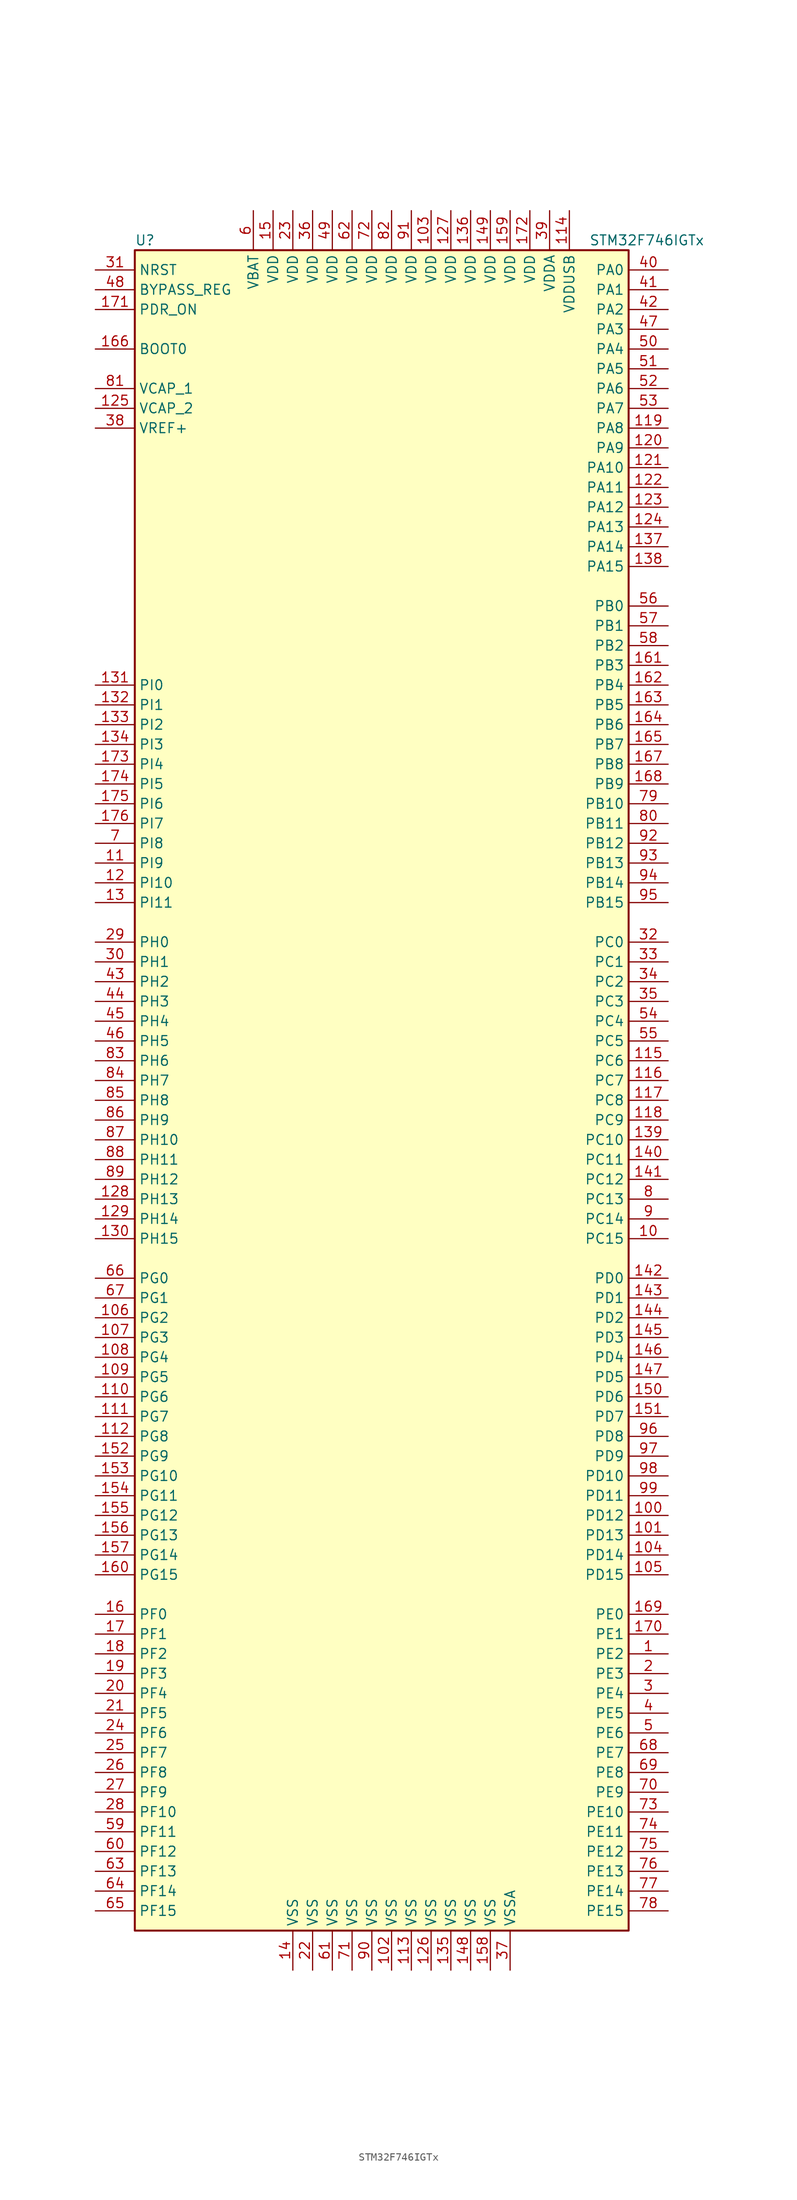
<source format=kicad_sym>
(kicad_symbol_lib
  (version 20211014)
  (generator kicad_symbol_editor)
  (symbol "STM32F746IGTx"
    (property "Reference" "U"
      (at -33.02 107.95 0)
      (effects (font (size 1.27 1.27)) (justify left)))
    (property "Value" "STM32F746IGTx"
      (at 25.4 107.95 0)
      (effects (font (size 1.27 1.27)) (justify left)))
    (symbol "STM32F746IGTx_0_1"
      (rectangle (start -33.02 -109.22) (end 30.48 106.68) (stroke (width 0.254) (type default) (color 0 0 0 0)) (fill (type background))))
    (symbol "STM32F746IGTx_1_1"
      (pin bidirectional line (at 35.56 -73.66 180) (length 5.08) (name "PE2" (effects (font (size 1.27 1.27)))) (number "1" (effects (font (size 1.27 1.27)))))
      (pin bidirectional line (at 35.56 -20.32 180) (length 5.08) (name "PC15" (effects (font (size 1.27 1.27)))) (number "10" (effects (font (size 1.27 1.27)))))
      (pin bidirectional line (at 35.56 -55.88 180) (length 5.08) (name "PD12" (effects (font (size 1.27 1.27)))) (number "100" (effects (font (size 1.27 1.27)))))
      (pin bidirectional line (at 35.56 -58.42 180) (length 5.08) (name "PD13" (effects (font (size 1.27 1.27)))) (number "101" (effects (font (size 1.27 1.27)))))
      (pin power_in line (at 0 -114.3 90) (length 5.08) (name "VSS" (effects (font (size 1.27 1.27)))) (number "102" (effects (font (size 1.27 1.27)))))
      (pin power_in line (at 5.08 111.76 270) (length 5.08) (name "VDD" (effects (font (size 1.27 1.27)))) (number "103" (effects (font (size 1.27 1.27)))))
      (pin bidirectional line (at 35.56 -60.96 180) (length 5.08) (name "PD14" (effects (font (size 1.27 1.27)))) (number "104" (effects (font (size 1.27 1.27)))))
      (pin bidirectional line (at 35.56 -63.5 180) (length 5.08) (name "PD15" (effects (font (size 1.27 1.27)))) (number "105" (effects (font (size 1.27 1.27)))))
      (pin bidirectional line (at -38.1 -30.48 0) (length 5.08) (name "PG2" (effects (font (size 1.27 1.27)))) (number "106" (effects (font (size 1.27 1.27)))))
      (pin bidirectional line (at -38.1 -33.02 0) (length 5.08) (name "PG3" (effects (font (size 1.27 1.27)))) (number "107" (effects (font (size 1.27 1.27)))))
      (pin bidirectional line (at -38.1 -35.56 0) (length 5.08) (name "PG4" (effects (font (size 1.27 1.27)))) (number "108" (effects (font (size 1.27 1.27)))))
      (pin bidirectional line (at -38.1 -38.1 0) (length 5.08) (name "PG5" (effects (font (size 1.27 1.27)))) (number "109" (effects (font (size 1.27 1.27)))))
      (pin bidirectional line (at -38.1 27.94 0) (length 5.08) (name "PI9" (effects (font (size 1.27 1.27)))) (number "11" (effects (font (size 1.27 1.27)))))
      (pin bidirectional line (at -38.1 -40.64 0) (length 5.08) (name "PG6" (effects (font (size 1.27 1.27)))) (number "110" (effects (font (size 1.27 1.27)))))
      (pin bidirectional line (at -38.1 -43.18 0) (length 5.08) (name "PG7" (effects (font (size 1.27 1.27)))) (number "111" (effects (font (size 1.27 1.27)))))
      (pin bidirectional line (at -38.1 -45.72 0) (length 5.08) (name "PG8" (effects (font (size 1.27 1.27)))) (number "112" (effects (font (size 1.27 1.27)))))
      (pin power_in line (at 2.54 -114.3 90) (length 5.08) (name "VSS" (effects (font (size 1.27 1.27)))) (number "113" (effects (font (size 1.27 1.27)))))
      (pin power_in line (at 22.86 111.76 270) (length 5.08) (name "VDDUSB" (effects (font (size 1.27 1.27)))) (number "114" (effects (font (size 1.27 1.27)))))
      (pin bidirectional line (at 35.56 2.54 180) (length 5.08) (name "PC6" (effects (font (size 1.27 1.27)))) (number "115" (effects (font (size 1.27 1.27)))))
      (pin bidirectional line (at 35.56 0 180) (length 5.08) (name "PC7" (effects (font (size 1.27 1.27)))) (number "116" (effects (font (size 1.27 1.27)))))
      (pin bidirectional line (at 35.56 -2.54 180) (length 5.08) (name "PC8" (effects (font (size 1.27 1.27)))) (number "117" (effects (font (size 1.27 1.27)))))
      (pin bidirectional line (at 35.56 -5.08 180) (length 5.08) (name "PC9" (effects (font (size 1.27 1.27)))) (number "118" (effects (font (size 1.27 1.27)))))
      (pin bidirectional line (at 35.56 83.82 180) (length 5.08) (name "PA8" (effects (font (size 1.27 1.27)))) (number "119" (effects (font (size 1.27 1.27)))))
      (pin bidirectional line (at -38.1 25.4 0) (length 5.08) (name "PI10" (effects (font (size 1.27 1.27)))) (number "12" (effects (font (size 1.27 1.27)))))
      (pin bidirectional line (at 35.56 81.28 180) (length 5.08) (name "PA9" (effects (font (size 1.27 1.27)))) (number "120" (effects (font (size 1.27 1.27)))))
      (pin bidirectional line (at 35.56 78.74 180) (length 5.08) (name "PA10" (effects (font (size 1.27 1.27)))) (number "121" (effects (font (size 1.27 1.27)))))
      (pin bidirectional line (at 35.56 76.2 180) (length 5.08) (name "PA11" (effects (font (size 1.27 1.27)))) (number "122" (effects (font (size 1.27 1.27)))))
      (pin bidirectional line (at 35.56 73.66 180) (length 5.08) (name "PA12" (effects (font (size 1.27 1.27)))) (number "123" (effects (font (size 1.27 1.27)))))
      (pin bidirectional line (at 35.56 71.12 180) (length 5.08) (name "PA13" (effects (font (size 1.27 1.27)))) (number "124" (effects (font (size 1.27 1.27)))))
      (pin power_in line (at -38.1 86.36 0) (length 5.08) (name "VCAP_2" (effects (font (size 1.27 1.27)))) (number "125" (effects (font (size 1.27 1.27)))))
      (pin power_in line (at 5.08 -114.3 90) (length 5.08) (name "VSS" (effects (font (size 1.27 1.27)))) (number "126" (effects (font (size 1.27 1.27)))))
      (pin power_in line (at 7.62 111.76 270) (length 5.08) (name "VDD" (effects (font (size 1.27 1.27)))) (number "127" (effects (font (size 1.27 1.27)))))
      (pin bidirectional line (at -38.1 -15.24 0) (length 5.08) (name "PH13" (effects (font (size 1.27 1.27)))) (number "128" (effects (font (size 1.27 1.27)))))
      (pin bidirectional line (at -38.1 -17.78 0) (length 5.08) (name "PH14" (effects (font (size 1.27 1.27)))) (number "129" (effects (font (size 1.27 1.27)))))
      (pin bidirectional line (at -38.1 22.86 0) (length 5.08) (name "PI11" (effects (font (size 1.27 1.27)))) (number "13" (effects (font (size 1.27 1.27)))))
      (pin bidirectional line (at -38.1 -20.32 0) (length 5.08) (name "PH15" (effects (font (size 1.27 1.27)))) (number "130" (effects (font (size 1.27 1.27)))))
      (pin bidirectional line (at -38.1 50.8 0) (length 5.08) (name "PI0" (effects (font (size 1.27 1.27)))) (number "131" (effects (font (size 1.27 1.27)))))
      (pin bidirectional line (at -38.1 48.26 0) (length 5.08) (name "PI1" (effects (font (size 1.27 1.27)))) (number "132" (effects (font (size 1.27 1.27)))))
      (pin bidirectional line (at -38.1 45.72 0) (length 5.08) (name "PI2" (effects (font (size 1.27 1.27)))) (number "133" (effects (font (size 1.27 1.27)))))
      (pin bidirectional line (at -38.1 43.18 0) (length 5.08) (name "PI3" (effects (font (size 1.27 1.27)))) (number "134" (effects (font (size 1.27 1.27)))))
      (pin power_in line (at 7.62 -114.3 90) (length 5.08) (name "VSS" (effects (font (size 1.27 1.27)))) (number "135" (effects (font (size 1.27 1.27)))))
      (pin power_in line (at 10.16 111.76 270) (length 5.08) (name "VDD" (effects (font (size 1.27 1.27)))) (number "136" (effects (font (size 1.27 1.27)))))
      (pin bidirectional line (at 35.56 68.58 180) (length 5.08) (name "PA14" (effects (font (size 1.27 1.27)))) (number "137" (effects (font (size 1.27 1.27)))))
      (pin bidirectional line (at 35.56 66.04 180) (length 5.08) (name "PA15" (effects (font (size 1.27 1.27)))) (number "138" (effects (font (size 1.27 1.27)))))
      (pin bidirectional line (at 35.56 -7.62 180) (length 5.08) (name "PC10" (effects (font (size 1.27 1.27)))) (number "139" (effects (font (size 1.27 1.27)))))
      (pin power_in line (at -12.7 -114.3 90) (length 5.08) (name "VSS" (effects (font (size 1.27 1.27)))) (number "14" (effects (font (size 1.27 1.27)))))
      (pin bidirectional line (at 35.56 -10.16 180) (length 5.08) (name "PC11" (effects (font (size 1.27 1.27)))) (number "140" (effects (font (size 1.27 1.27)))))
      (pin bidirectional line (at 35.56 -12.7 180) (length 5.08) (name "PC12" (effects (font (size 1.27 1.27)))) (number "141" (effects (font (size 1.27 1.27)))))
      (pin bidirectional line (at 35.56 -25.4 180) (length 5.08) (name "PD0" (effects (font (size 1.27 1.27)))) (number "142" (effects (font (size 1.27 1.27)))))
      (pin bidirectional line (at 35.56 -27.94 180) (length 5.08) (name "PD1" (effects (font (size 1.27 1.27)))) (number "143" (effects (font (size 1.27 1.27)))))
      (pin bidirectional line (at 35.56 -30.48 180) (length 5.08) (name "PD2" (effects (font (size 1.27 1.27)))) (number "144" (effects (font (size 1.27 1.27)))))
      (pin bidirectional line (at 35.56 -33.02 180) (length 5.08) (name "PD3" (effects (font (size 1.27 1.27)))) (number "145" (effects (font (size 1.27 1.27)))))
      (pin bidirectional line (at 35.56 -35.56 180) (length 5.08) (name "PD4" (effects (font (size 1.27 1.27)))) (number "146" (effects (font (size 1.27 1.27)))))
      (pin bidirectional line (at 35.56 -38.1 180) (length 5.08) (name "PD5" (effects (font (size 1.27 1.27)))) (number "147" (effects (font (size 1.27 1.27)))))
      (pin power_in line (at 10.16 -114.3 90) (length 5.08) (name "VSS" (effects (font (size 1.27 1.27)))) (number "148" (effects (font (size 1.27 1.27)))))
      (pin power_in line (at 12.7 111.76 270) (length 5.08) (name "VDD" (effects (font (size 1.27 1.27)))) (number "149" (effects (font (size 1.27 1.27)))))
      (pin power_in line (at -15.24 111.76 270) (length 5.08) (name "VDD" (effects (font (size 1.27 1.27)))) (number "15" (effects (font (size 1.27 1.27)))))
      (pin bidirectional line (at 35.56 -40.64 180) (length 5.08) (name "PD6" (effects (font (size 1.27 1.27)))) (number "150" (effects (font (size 1.27 1.27)))))
      (pin bidirectional line (at 35.56 -43.18 180) (length 5.08) (name "PD7" (effects (font (size 1.27 1.27)))) (number "151" (effects (font (size 1.27 1.27)))))
      (pin bidirectional line (at -38.1 -48.26 0) (length 5.08) (name "PG9" (effects (font (size 1.27 1.27)))) (number "152" (effects (font (size 1.27 1.27)))))
      (pin bidirectional line (at -38.1 -50.8 0) (length 5.08) (name "PG10" (effects (font (size 1.27 1.27)))) (number "153" (effects (font (size 1.27 1.27)))))
      (pin bidirectional line (at -38.1 -53.34 0) (length 5.08) (name "PG11" (effects (font (size 1.27 1.27)))) (number "154" (effects (font (size 1.27 1.27)))))
      (pin bidirectional line (at -38.1 -55.88 0) (length 5.08) (name "PG12" (effects (font (size 1.27 1.27)))) (number "155" (effects (font (size 1.27 1.27)))))
      (pin bidirectional line (at -38.1 -58.42 0) (length 5.08) (name "PG13" (effects (font (size 1.27 1.27)))) (number "156" (effects (font (size 1.27 1.27)))))
      (pin bidirectional line (at -38.1 -60.96 0) (length 5.08) (name "PG14" (effects (font (size 1.27 1.27)))) (number "157" (effects (font (size 1.27 1.27)))))
      (pin power_in line (at 12.7 -114.3 90) (length 5.08) (name "VSS" (effects (font (size 1.27 1.27)))) (number "158" (effects (font (size 1.27 1.27)))))
      (pin power_in line (at 15.24 111.76 270) (length 5.08) (name "VDD" (effects (font (size 1.27 1.27)))) (number "159" (effects (font (size 1.27 1.27)))))
      (pin bidirectional line (at -38.1 -68.58 0) (length 5.08) (name "PF0" (effects (font (size 1.27 1.27)))) (number "16" (effects (font (size 1.27 1.27)))))
      (pin bidirectional line (at -38.1 -63.5 0) (length 5.08) (name "PG15" (effects (font (size 1.27 1.27)))) (number "160" (effects (font (size 1.27 1.27)))))
      (pin bidirectional line (at 35.56 53.34 180) (length 5.08) (name "PB3" (effects (font (size 1.27 1.27)))) (number "161" (effects (font (size 1.27 1.27)))))
      (pin bidirectional line (at 35.56 50.8 180) (length 5.08) (name "PB4" (effects (font (size 1.27 1.27)))) (number "162" (effects (font (size 1.27 1.27)))))
      (pin bidirectional line (at 35.56 48.26 180) (length 5.08) (name "PB5" (effects (font (size 1.27 1.27)))) (number "163" (effects (font (size 1.27 1.27)))))
      (pin bidirectional line (at 35.56 45.72 180) (length 5.08) (name "PB6" (effects (font (size 1.27 1.27)))) (number "164" (effects (font (size 1.27 1.27)))))
      (pin bidirectional line (at 35.56 43.18 180) (length 5.08) (name "PB7" (effects (font (size 1.27 1.27)))) (number "165" (effects (font (size 1.27 1.27)))))
      (pin input line (at -38.1 93.98 0) (length 5.08) (name "BOOT0" (effects (font (size 1.27 1.27)))) (number "166" (effects (font (size 1.27 1.27)))))
      (pin bidirectional line (at 35.56 40.64 180) (length 5.08) (name "PB8" (effects (font (size 1.27 1.27)))) (number "167" (effects (font (size 1.27 1.27)))))
      (pin bidirectional line (at 35.56 38.1 180) (length 5.08) (name "PB9" (effects (font (size 1.27 1.27)))) (number "168" (effects (font (size 1.27 1.27)))))
      (pin bidirectional line (at 35.56 -68.58 180) (length 5.08) (name "PE0" (effects (font (size 1.27 1.27)))) (number "169" (effects (font (size 1.27 1.27)))))
      (pin bidirectional line (at -38.1 -71.12 0) (length 5.08) (name "PF1" (effects (font (size 1.27 1.27)))) (number "17" (effects (font (size 1.27 1.27)))))
      (pin bidirectional line (at 35.56 -71.12 180) (length 5.08) (name "PE1" (effects (font (size 1.27 1.27)))) (number "170" (effects (font (size 1.27 1.27)))))
      (pin input line (at -38.1 99.06 0) (length 5.08) (name "PDR_ON" (effects (font (size 1.27 1.27)))) (number "171" (effects (font (size 1.27 1.27)))))
      (pin power_in line (at 17.78 111.76 270) (length 5.08) (name "VDD" (effects (font (size 1.27 1.27)))) (number "172" (effects (font (size 1.27 1.27)))))
      (pin bidirectional line (at -38.1 40.64 0) (length 5.08) (name "PI4" (effects (font (size 1.27 1.27)))) (number "173" (effects (font (size 1.27 1.27)))))
      (pin bidirectional line (at -38.1 38.1 0) (length 5.08) (name "PI5" (effects (font (size 1.27 1.27)))) (number "174" (effects (font (size 1.27 1.27)))))
      (pin bidirectional line (at -38.1 35.56 0) (length 5.08) (name "PI6" (effects (font (size 1.27 1.27)))) (number "175" (effects (font (size 1.27 1.27)))))
      (pin bidirectional line (at -38.1 33.02 0) (length 5.08) (name "PI7" (effects (font (size 1.27 1.27)))) (number "176" (effects (font (size 1.27 1.27)))))
      (pin bidirectional line (at -38.1 -73.66 0) (length 5.08) (name "PF2" (effects (font (size 1.27 1.27)))) (number "18" (effects (font (size 1.27 1.27)))))
      (pin bidirectional line (at -38.1 -76.2 0) (length 5.08) (name "PF3" (effects (font (size 1.27 1.27)))) (number "19" (effects (font (size 1.27 1.27)))))
      (pin bidirectional line (at 35.56 -76.2 180) (length 5.08) (name "PE3" (effects (font (size 1.27 1.27)))) (number "2" (effects (font (size 1.27 1.27)))))
      (pin bidirectional line (at -38.1 -78.74 0) (length 5.08) (name "PF4" (effects (font (size 1.27 1.27)))) (number "20" (effects (font (size 1.27 1.27)))))
      (pin bidirectional line (at -38.1 -81.28 0) (length 5.08) (name "PF5" (effects (font (size 1.27 1.27)))) (number "21" (effects (font (size 1.27 1.27)))))
      (pin power_in line (at -10.16 -114.3 90) (length 5.08) (name "VSS" (effects (font (size 1.27 1.27)))) (number "22" (effects (font (size 1.27 1.27)))))
      (pin power_in line (at -12.7 111.76 270) (length 5.08) (name "VDD" (effects (font (size 1.27 1.27)))) (number "23" (effects (font (size 1.27 1.27)))))
      (pin bidirectional line (at -38.1 -83.82 0) (length 5.08) (name "PF6" (effects (font (size 1.27 1.27)))) (number "24" (effects (font (size 1.27 1.27)))))
      (pin bidirectional line (at -38.1 -86.36 0) (length 5.08) (name "PF7" (effects (font (size 1.27 1.27)))) (number "25" (effects (font (size 1.27 1.27)))))
      (pin bidirectional line (at -38.1 -88.9 0) (length 5.08) (name "PF8" (effects (font (size 1.27 1.27)))) (number "26" (effects (font (size 1.27 1.27)))))
      (pin bidirectional line (at -38.1 -91.44 0) (length 5.08) (name "PF9" (effects (font (size 1.27 1.27)))) (number "27" (effects (font (size 1.27 1.27)))))
      (pin bidirectional line (at -38.1 -93.98 0) (length 5.08) (name "PF10" (effects (font (size 1.27 1.27)))) (number "28" (effects (font (size 1.27 1.27)))))
      (pin input line (at -38.1 17.78 0) (length 5.08) (name "PH0" (effects (font (size 1.27 1.27)))) (number "29" (effects (font (size 1.27 1.27)))))
      (pin bidirectional line (at 35.56 -78.74 180) (length 5.08) (name "PE4" (effects (font (size 1.27 1.27)))) (number "3" (effects (font (size 1.27 1.27)))))
      (pin input line (at -38.1 15.24 0) (length 5.08) (name "PH1" (effects (font (size 1.27 1.27)))) (number "30" (effects (font (size 1.27 1.27)))))
      (pin input line (at -38.1 104.14 0) (length 5.08) (name "NRST" (effects (font (size 1.27 1.27)))) (number "31" (effects (font (size 1.27 1.27)))))
      (pin bidirectional line (at 35.56 17.78 180) (length 5.08) (name "PC0" (effects (font (size 1.27 1.27)))) (number "32" (effects (font (size 1.27 1.27)))))
      (pin bidirectional line (at 35.56 15.24 180) (length 5.08) (name "PC1" (effects (font (size 1.27 1.27)))) (number "33" (effects (font (size 1.27 1.27)))))
      (pin bidirectional line (at 35.56 12.7 180) (length 5.08) (name "PC2" (effects (font (size 1.27 1.27)))) (number "34" (effects (font (size 1.27 1.27)))))
      (pin bidirectional line (at 35.56 10.16 180) (length 5.08) (name "PC3" (effects (font (size 1.27 1.27)))) (number "35" (effects (font (size 1.27 1.27)))))
      (pin power_in line (at -10.16 111.76 270) (length 5.08) (name "VDD" (effects (font (size 1.27 1.27)))) (number "36" (effects (font (size 1.27 1.27)))))
      (pin power_in line (at 15.24 -114.3 90) (length 5.08) (name "VSSA" (effects (font (size 1.27 1.27)))) (number "37" (effects (font (size 1.27 1.27)))))
      (pin power_in line (at -38.1 83.82 0) (length 5.08) (name "VREF+" (effects (font (size 1.27 1.27)))) (number "38" (effects (font (size 1.27 1.27)))))
      (pin power_in line (at 20.32 111.76 270) (length 5.08) (name "VDDA" (effects (font (size 1.27 1.27)))) (number "39" (effects (font (size 1.27 1.27)))))
      (pin bidirectional line (at 35.56 -81.28 180) (length 5.08) (name "PE5" (effects (font (size 1.27 1.27)))) (number "4" (effects (font (size 1.27 1.27)))))
      (pin bidirectional line (at 35.56 104.14 180) (length 5.08) (name "PA0" (effects (font (size 1.27 1.27)))) (number "40" (effects (font (size 1.27 1.27)))))
      (pin bidirectional line (at 35.56 101.6 180) (length 5.08) (name "PA1" (effects (font (size 1.27 1.27)))) (number "41" (effects (font (size 1.27 1.27)))))
      (pin bidirectional line (at 35.56 99.06 180) (length 5.08) (name "PA2" (effects (font (size 1.27 1.27)))) (number "42" (effects (font (size 1.27 1.27)))))
      (pin bidirectional line (at -38.1 12.7 0) (length 5.08) (name "PH2" (effects (font (size 1.27 1.27)))) (number "43" (effects (font (size 1.27 1.27)))))
      (pin bidirectional line (at -38.1 10.16 0) (length 5.08) (name "PH3" (effects (font (size 1.27 1.27)))) (number "44" (effects (font (size 1.27 1.27)))))
      (pin bidirectional line (at -38.1 7.62 0) (length 5.08) (name "PH4" (effects (font (size 1.27 1.27)))) (number "45" (effects (font (size 1.27 1.27)))))
      (pin bidirectional line (at -38.1 5.08 0) (length 5.08) (name "PH5" (effects (font (size 1.27 1.27)))) (number "46" (effects (font (size 1.27 1.27)))))
      (pin bidirectional line (at 35.56 96.52 180) (length 5.08) (name "PA3" (effects (font (size 1.27 1.27)))) (number "47" (effects (font (size 1.27 1.27)))))
      (pin input line (at -38.1 101.6 0) (length 5.08) (name "BYPASS_REG" (effects (font (size 1.27 1.27)))) (number "48" (effects (font (size 1.27 1.27)))))
      (pin power_in line (at -7.62 111.76 270) (length 5.08) (name "VDD" (effects (font (size 1.27 1.27)))) (number "49" (effects (font (size 1.27 1.27)))))
      (pin bidirectional line (at 35.56 -83.82 180) (length 5.08) (name "PE6" (effects (font (size 1.27 1.27)))) (number "5" (effects (font (size 1.27 1.27)))))
      (pin bidirectional line (at 35.56 93.98 180) (length 5.08) (name "PA4" (effects (font (size 1.27 1.27)))) (number "50" (effects (font (size 1.27 1.27)))))
      (pin bidirectional line (at 35.56 91.44 180) (length 5.08) (name "PA5" (effects (font (size 1.27 1.27)))) (number "51" (effects (font (size 1.27 1.27)))))
      (pin bidirectional line (at 35.56 88.9 180) (length 5.08) (name "PA6" (effects (font (size 1.27 1.27)))) (number "52" (effects (font (size 1.27 1.27)))))
      (pin bidirectional line (at 35.56 86.36 180) (length 5.08) (name "PA7" (effects (font (size 1.27 1.27)))) (number "53" (effects (font (size 1.27 1.27)))))
      (pin bidirectional line (at 35.56 7.62 180) (length 5.08) (name "PC4" (effects (font (size 1.27 1.27)))) (number "54" (effects (font (size 1.27 1.27)))))
      (pin bidirectional line (at 35.56 5.08 180) (length 5.08) (name "PC5" (effects (font (size 1.27 1.27)))) (number "55" (effects (font (size 1.27 1.27)))))
      (pin bidirectional line (at 35.56 60.96 180) (length 5.08) (name "PB0" (effects (font (size 1.27 1.27)))) (number "56" (effects (font (size 1.27 1.27)))))
      (pin bidirectional line (at 35.56 58.42 180) (length 5.08) (name "PB1" (effects (font (size 1.27 1.27)))) (number "57" (effects (font (size 1.27 1.27)))))
      (pin bidirectional line (at 35.56 55.88 180) (length 5.08) (name "PB2" (effects (font (size 1.27 1.27)))) (number "58" (effects (font (size 1.27 1.27)))))
      (pin bidirectional line (at -38.1 -96.52 0) (length 5.08) (name "PF11" (effects (font (size 1.27 1.27)))) (number "59" (effects (font (size 1.27 1.27)))))
      (pin power_in line (at -17.78 111.76 270) (length 5.08) (name "VBAT" (effects (font (size 1.27 1.27)))) (number "6" (effects (font (size 1.27 1.27)))))
      (pin bidirectional line (at -38.1 -99.06 0) (length 5.08) (name "PF12" (effects (font (size 1.27 1.27)))) (number "60" (effects (font (size 1.27 1.27)))))
      (pin power_in line (at -7.62 -114.3 90) (length 5.08) (name "VSS" (effects (font (size 1.27 1.27)))) (number "61" (effects (font (size 1.27 1.27)))))
      (pin power_in line (at -5.08 111.76 270) (length 5.08) (name "VDD" (effects (font (size 1.27 1.27)))) (number "62" (effects (font (size 1.27 1.27)))))
      (pin bidirectional line (at -38.1 -101.6 0) (length 5.08) (name "PF13" (effects (font (size 1.27 1.27)))) (number "63" (effects (font (size 1.27 1.27)))))
      (pin bidirectional line (at -38.1 -104.14 0) (length 5.08) (name "PF14" (effects (font (size 1.27 1.27)))) (number "64" (effects (font (size 1.27 1.27)))))
      (pin bidirectional line (at -38.1 -106.68 0) (length 5.08) (name "PF15" (effects (font (size 1.27 1.27)))) (number "65" (effects (font (size 1.27 1.27)))))
      (pin bidirectional line (at -38.1 -25.4 0) (length 5.08) (name "PG0" (effects (font (size 1.27 1.27)))) (number "66" (effects (font (size 1.27 1.27)))))
      (pin bidirectional line (at -38.1 -27.94 0) (length 5.08) (name "PG1" (effects (font (size 1.27 1.27)))) (number "67" (effects (font (size 1.27 1.27)))))
      (pin bidirectional line (at 35.56 -86.36 180) (length 5.08) (name "PE7" (effects (font (size 1.27 1.27)))) (number "68" (effects (font (size 1.27 1.27)))))
      (pin bidirectional line (at 35.56 -88.9 180) (length 5.08) (name "PE8" (effects (font (size 1.27 1.27)))) (number "69" (effects (font (size 1.27 1.27)))))
      (pin bidirectional line (at -38.1 30.48 0) (length 5.08) (name "PI8" (effects (font (size 1.27 1.27)))) (number "7" (effects (font (size 1.27 1.27)))))
      (pin bidirectional line (at 35.56 -91.44 180) (length 5.08) (name "PE9" (effects (font (size 1.27 1.27)))) (number "70" (effects (font (size 1.27 1.27)))))
      (pin power_in line (at -5.08 -114.3 90) (length 5.08) (name "VSS" (effects (font (size 1.27 1.27)))) (number "71" (effects (font (size 1.27 1.27)))))
      (pin power_in line (at -2.54 111.76 270) (length 5.08) (name "VDD" (effects (font (size 1.27 1.27)))) (number "72" (effects (font (size 1.27 1.27)))))
      (pin bidirectional line (at 35.56 -93.98 180) (length 5.08) (name "PE10" (effects (font (size 1.27 1.27)))) (number "73" (effects (font (size 1.27 1.27)))))
      (pin bidirectional line (at 35.56 -96.52 180) (length 5.08) (name "PE11" (effects (font (size 1.27 1.27)))) (number "74" (effects (font (size 1.27 1.27)))))
      (pin bidirectional line (at 35.56 -99.06 180) (length 5.08) (name "PE12" (effects (font (size 1.27 1.27)))) (number "75" (effects (font (size 1.27 1.27)))))
      (pin bidirectional line (at 35.56 -101.6 180) (length 5.08) (name "PE13" (effects (font (size 1.27 1.27)))) (number "76" (effects (font (size 1.27 1.27)))))
      (pin bidirectional line (at 35.56 -104.14 180) (length 5.08) (name "PE14" (effects (font (size 1.27 1.27)))) (number "77" (effects (font (size 1.27 1.27)))))
      (pin bidirectional line (at 35.56 -106.68 180) (length 5.08) (name "PE15" (effects (font (size 1.27 1.27)))) (number "78" (effects (font (size 1.27 1.27)))))
      (pin bidirectional line (at 35.56 35.56 180) (length 5.08) (name "PB10" (effects (font (size 1.27 1.27)))) (number "79" (effects (font (size 1.27 1.27)))))
      (pin bidirectional line (at 35.56 -15.24 180) (length 5.08) (name "PC13" (effects (font (size 1.27 1.27)))) (number "8" (effects (font (size 1.27 1.27)))))
      (pin bidirectional line (at 35.56 33.02 180) (length 5.08) (name "PB11" (effects (font (size 1.27 1.27)))) (number "80" (effects (font (size 1.27 1.27)))))
      (pin power_in line (at -38.1 88.9 0) (length 5.08) (name "VCAP_1" (effects (font (size 1.27 1.27)))) (number "81" (effects (font (size 1.27 1.27)))))
      (pin power_in line (at 0 111.76 270) (length 5.08) (name "VDD" (effects (font (size 1.27 1.27)))) (number "82" (effects (font (size 1.27 1.27)))))
      (pin bidirectional line (at -38.1 2.54 0) (length 5.08) (name "PH6" (effects (font (size 1.27 1.27)))) (number "83" (effects (font (size 1.27 1.27)))))
      (pin bidirectional line (at -38.1 0 0) (length 5.08) (name "PH7" (effects (font (size 1.27 1.27)))) (number "84" (effects (font (size 1.27 1.27)))))
      (pin bidirectional line (at -38.1 -2.54 0) (length 5.08) (name "PH8" (effects (font (size 1.27 1.27)))) (number "85" (effects (font (size 1.27 1.27)))))
      (pin bidirectional line (at -38.1 -5.08 0) (length 5.08) (name "PH9" (effects (font (size 1.27 1.27)))) (number "86" (effects (font (size 1.27 1.27)))))
      (pin bidirectional line (at -38.1 -7.62 0) (length 5.08) (name "PH10" (effects (font (size 1.27 1.27)))) (number "87" (effects (font (size 1.27 1.27)))))
      (pin bidirectional line (at -38.1 -10.16 0) (length 5.08) (name "PH11" (effects (font (size 1.27 1.27)))) (number "88" (effects (font (size 1.27 1.27)))))
      (pin bidirectional line (at -38.1 -12.7 0) (length 5.08) (name "PH12" (effects (font (size 1.27 1.27)))) (number "89" (effects (font (size 1.27 1.27)))))
      (pin bidirectional line (at 35.56 -17.78 180) (length 5.08) (name "PC14" (effects (font (size 1.27 1.27)))) (number "9" (effects (font (size 1.27 1.27)))))
      (pin power_in line (at -2.54 -114.3 90) (length 5.08) (name "VSS" (effects (font (size 1.27 1.27)))) (number "90" (effects (font (size 1.27 1.27)))))
      (pin power_in line (at 2.54 111.76 270) (length 5.08) (name "VDD" (effects (font (size 1.27 1.27)))) (number "91" (effects (font (size 1.27 1.27)))))
      (pin bidirectional line (at 35.56 30.48 180) (length 5.08) (name "PB12" (effects (font (size 1.27 1.27)))) (number "92" (effects (font (size 1.27 1.27)))))
      (pin bidirectional line (at 35.56 27.94 180) (length 5.08) (name "PB13" (effects (font (size 1.27 1.27)))) (number "93" (effects (font (size 1.27 1.27)))))
      (pin bidirectional line (at 35.56 25.4 180) (length 5.08) (name "PB14" (effects (font (size 1.27 1.27)))) (number "94" (effects (font (size 1.27 1.27)))))
      (pin bidirectional line (at 35.56 22.86 180) (length 5.08) (name "PB15" (effects (font (size 1.27 1.27)))) (number "95" (effects (font (size 1.27 1.27)))))
      (pin bidirectional line (at 35.56 -45.72 180) (length 5.08) (name "PD8" (effects (font (size 1.27 1.27)))) (number "96" (effects (font (size 1.27 1.27)))))
      (pin bidirectional line (at 35.56 -48.26 180) (length 5.08) (name "PD9" (effects (font (size 1.27 1.27)))) (number "97" (effects (font (size 1.27 1.27)))))
      (pin bidirectional line (at 35.56 -50.8 180) (length 5.08) (name "PD10" (effects (font (size 1.27 1.27)))) (number "98" (effects (font (size 1.27 1.27)))))
      (pin bidirectional line (at 35.56 -53.34 180) (length 5.08) (name "PD11" (effects (font (size 1.27 1.27)))) (number "99" (effects (font (size 1.27 1.27))))))))
</source>
